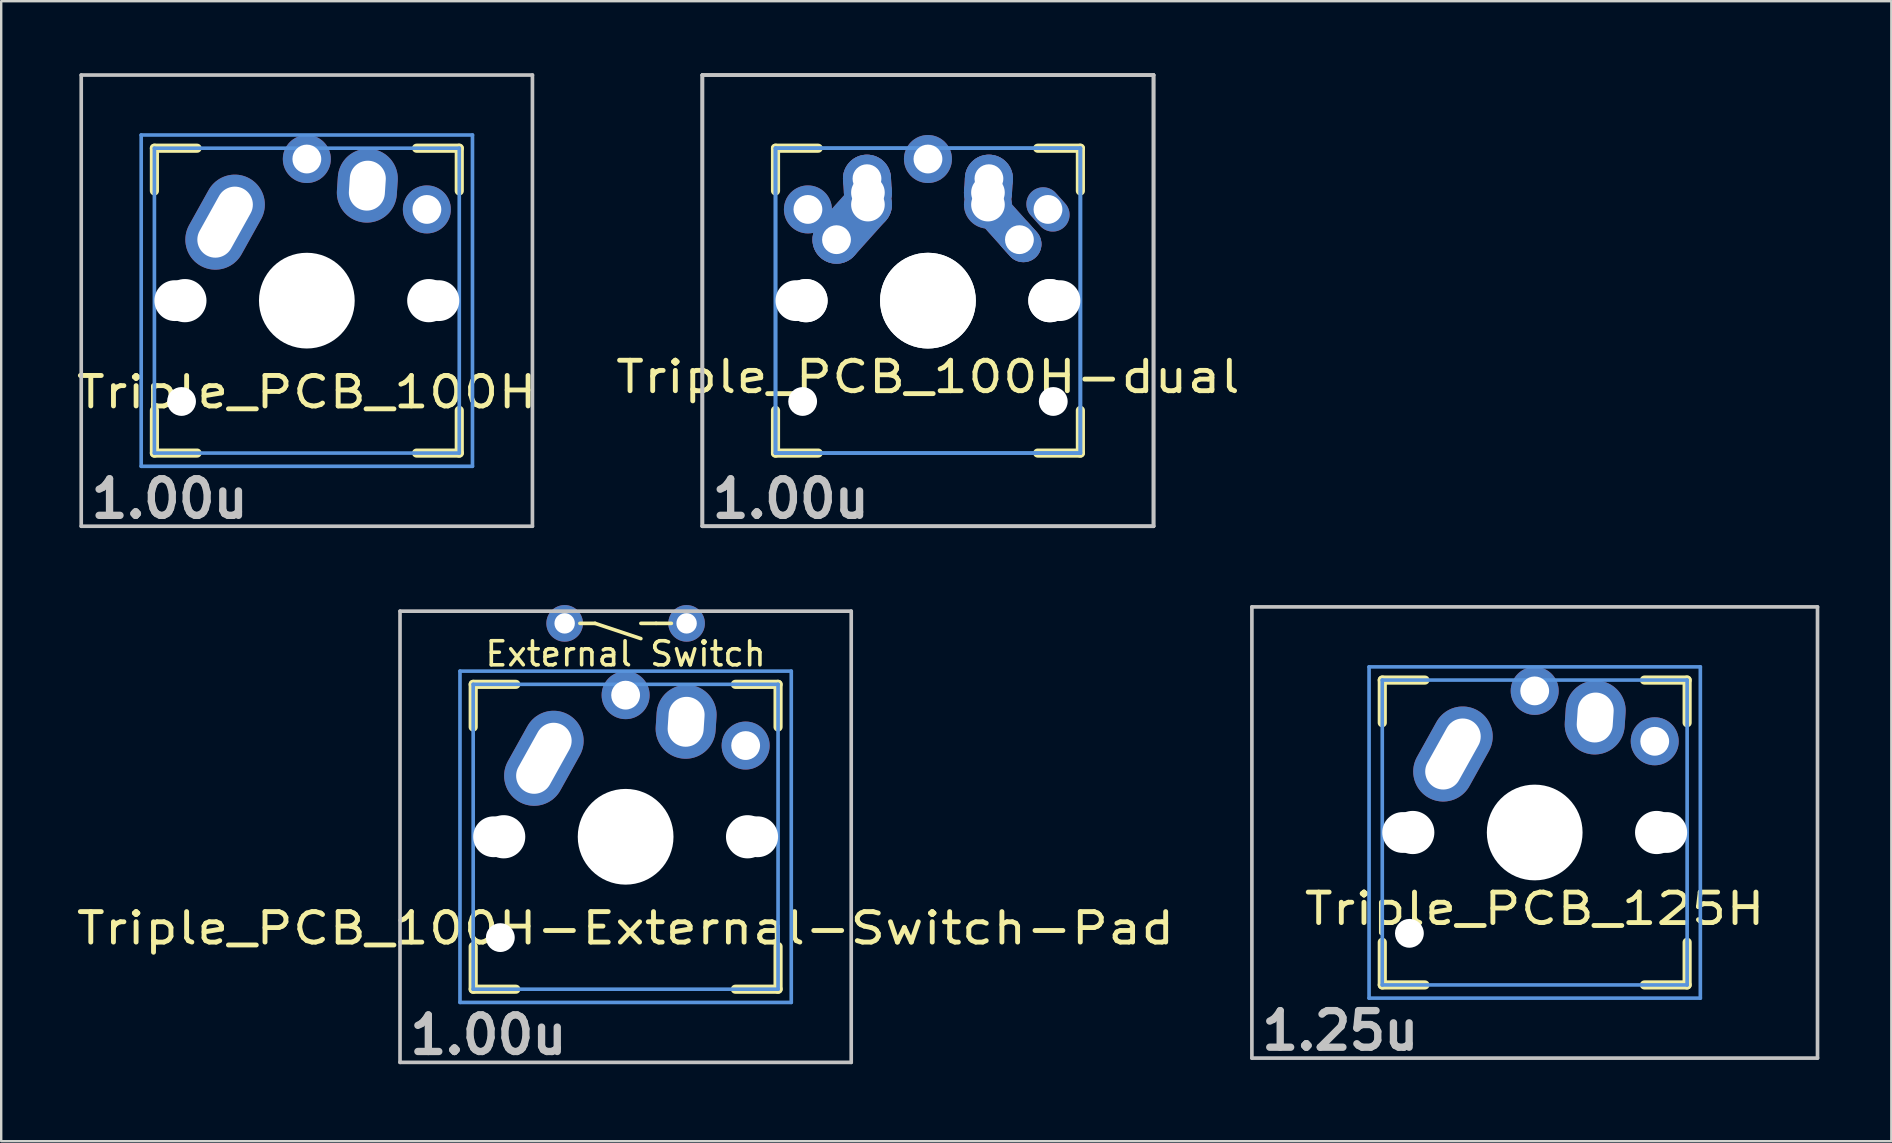
<source format=kicad_pcb>
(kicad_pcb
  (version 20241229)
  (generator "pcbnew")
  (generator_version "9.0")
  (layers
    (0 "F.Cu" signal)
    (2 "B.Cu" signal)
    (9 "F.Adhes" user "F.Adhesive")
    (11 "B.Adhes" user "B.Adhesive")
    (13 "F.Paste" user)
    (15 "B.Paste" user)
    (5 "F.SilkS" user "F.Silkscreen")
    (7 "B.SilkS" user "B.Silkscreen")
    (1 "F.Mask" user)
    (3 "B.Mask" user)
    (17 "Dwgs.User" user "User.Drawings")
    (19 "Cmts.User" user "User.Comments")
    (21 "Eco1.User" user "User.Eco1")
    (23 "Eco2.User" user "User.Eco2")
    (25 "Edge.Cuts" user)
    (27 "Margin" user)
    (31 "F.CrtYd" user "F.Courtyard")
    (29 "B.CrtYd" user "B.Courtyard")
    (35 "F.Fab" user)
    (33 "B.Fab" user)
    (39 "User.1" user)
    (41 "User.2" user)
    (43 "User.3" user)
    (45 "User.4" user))
  (footprint "Triple_PCB_125H"
    (layer "F.Cu")
    (at 60.882 31.63)
    (property "Reference" "Triple_PCB_125H" (at 0 3.175 0) (layer "F.SilkS") (effects (font (size 1.27 1.524) (thickness 0.203))))
    (attr through_hole)
    (fp_line (start -6.35 -6.35) (end -4.572 -6.35) (stroke (width 0.381) (type solid)) (layer "F.SilkS"))
    (fp_line (start -6.35 -4.572) (end -6.35 -6.35) (stroke (width 0.381) (type solid)) (layer "F.SilkS"))
    (fp_line (start -6.35 6.35) (end -6.35 4.572) (stroke (width 0.381) (type solid)) (layer "F.SilkS"))
    (fp_line (start -4.572 6.35) (end -6.35 6.35) (stroke (width 0.381) (type solid)) (layer "F.SilkS"))
    (fp_line (start 4.572 -6.35) (end 6.35 -6.35) (stroke (width 0.381) (type solid)) (layer "F.SilkS"))
    (fp_line (start 6.35 -6.35) (end 6.35 -4.572) (stroke (width 0.381) (type solid)) (layer "F.SilkS"))
    (fp_line (start 6.35 4.572) (end 6.35 6.35) (stroke (width 0.381) (type solid)) (layer "F.SilkS"))
    (fp_line (start 6.35 6.35) (end 4.572 6.35) (stroke (width 0.381) (type solid)) (layer "F.SilkS"))
    (fp_line (start -11.781 -9.398) (end 11.781 -9.398) (stroke (width 0.152) (type solid)) (layer "Dwgs.User"))
    (fp_line (start -11.781 9.398) (end -11.781 -9.398) (stroke (width 0.152) (type solid)) (layer "Dwgs.User"))
    (fp_line (start 11.781 -9.398) (end 11.781 9.398) (stroke (width 0.152) (type solid)) (layer "Dwgs.User"))
    (fp_line (start 11.781 9.398) (end -11.781 9.398) (stroke (width 0.152) (type solid)) (layer "Dwgs.User"))
    (fp_line (start -6.9 -6.9) (end 6.9 -6.9) (stroke (width 0.152) (type solid)) (layer "Cmts.User"))
    (fp_line (start -6.9 6.9) (end -6.9 -6.9) (stroke (width 0.152) (type solid)) (layer "Cmts.User"))
    (fp_line (start -6.35 -6.35) (end 6.35 -6.35) (stroke (width 0.152) (type solid)) (layer "Cmts.User"))
    (fp_line (start -6.35 6.35) (end -6.35 -6.35) (stroke (width 0.152) (type solid)) (layer "Cmts.User"))
    (fp_line (start 6.35 -6.35) (end 6.35 6.35) (stroke (width 0.152) (type solid)) (layer "Cmts.User"))
    (fp_line (start 6.35 6.35) (end -6.35 6.35) (stroke (width 0.152) (type solid)) (layer "Cmts.User"))
    (fp_line (start 6.9 -6.9) (end 6.9 6.9) (stroke (width 0.152) (type solid)) (layer "Cmts.User"))
    (fp_line (start 6.9 6.9) (end -6.9 6.9) (stroke (width 0.152) (type solid)) (layer "Cmts.User"))
    (fp_line (start -7.5 -7.5) (end 7.5 -7.5) (stroke (width 0.152) (type solid)) (layer "Eco2.User"))
    (fp_line (start -7.5 7.5) (end -7.5 -7.5) (stroke (width 0.152) (type solid)) (layer "Eco2.User"))
    (fp_line (start -6.985 -6.985) (end 6.985 -6.985) (stroke (width 0.152) (type solid)) (layer "Eco2.User"))
    (fp_line (start -6.985 6.985) (end -6.985 -6.985) (stroke (width 0.152) (type solid)) (layer "Eco2.User"))
    (fp_line (start 6.985 -6.985) (end 6.985 6.985) (stroke (width 0.152) (type solid)) (layer "Eco2.User"))
    (fp_line (start 6.985 6.985) (end -6.985 6.985) (stroke (width 0.152) (type solid)) (layer "Eco2.User"))
    (fp_line (start 7.5 -7.5) (end 7.5 7.5) (stroke (width 0.152) (type solid)) (layer "Eco2.User"))
    (fp_line (start 7.5 7.5) (end -7.5 7.5) (stroke (width 0.152) (type solid)) (layer "Eco2.User"))
    (fp_text user "1.25u" (at -8.098 8.255 0) (layer "Dwgs.User") (effects (font (size 1.524 1.524) (thickness 0.305))))
    (pad "" np_thru_hole circle (at -5.5 0) (size 1.7 1.7) (drill 1.7) (layers "*.Cu"))
    (pad "" np_thru_hole circle (at -5.22 4.2) (size 1.2 1.2) (drill 1.2) (layers "*.Cu"))
    (pad "" np_thru_hole circle (at -5.08 0) (size 1.8 1.8) (drill 1.8) (layers "*.Cu"))
    (pad "" np_thru_hole circle (at 0 0) (size 3.4 3.4) (drill 3.4) (layers "*.Cu"))
    (pad "" np_thru_hole circle (at 0 0) (size 3.988 3.988) (drill 3.988) (layers "*.Cu"))
    (pad "" np_thru_hole circle (at 5.08 0) (size 1.8 1.8) (drill 1.8) (layers "*.Cu"))
    (pad "" np_thru_hole circle (at 5.5 0) (size 1.7 1.7) (drill 1.7) (layers "*.Cu"))
    (pad "1" thru_hole oval (at -3.405 -3.27 330.9) (size 2.5 4.17) (drill oval 1.5 3.17) (layers "*.Cu" "*.Mask"))
    (pad "1" thru_hole circle (at 0 -5.9) (size 2 2) (drill 1.2) (layers "*.Cu" "*.Mask"))
    (pad "2" thru_hole oval (at 2.52 -4.79 356.1) (size 2.5 3.08) (drill oval 1.5 2.08) (layers "*.Cu" "*.Mask"))
    (pad "2" thru_hole circle (at 5 -3.8 221.9) (size 2 2) (drill 1.2) (layers "*.Cu" "*.Mask")))
  (footprint "Triple_PCB_100H"
    (layer "F.Cu")
    (at 9.732 9.474)
    (property "Reference" "Triple_PCB_100H" (at 0 3.81 0) (layer "F.SilkS") (effects (font (size 1.27 1.524) (thickness 0.203))))
    (attr through_hole)
    (fp_line (start -6.35 -6.35) (end -4.572 -6.35) (stroke (width 0.381) (type solid)) (layer "F.SilkS"))
    (fp_line (start -6.35 -4.572) (end -6.35 -6.35) (stroke (width 0.381) (type solid)) (layer "F.SilkS"))
    (fp_line (start -6.35 6.35) (end -6.35 4.572) (stroke (width 0.381) (type solid)) (layer "F.SilkS"))
    (fp_line (start -4.572 6.35) (end -6.35 6.35) (stroke (width 0.381) (type solid)) (layer "F.SilkS"))
    (fp_line (start 4.572 -6.35) (end 6.35 -6.35) (stroke (width 0.381) (type solid)) (layer "F.SilkS"))
    (fp_line (start 6.35 -6.35) (end 6.35 -4.572) (stroke (width 0.381) (type solid)) (layer "F.SilkS"))
    (fp_line (start 6.35 4.572) (end 6.35 6.35) (stroke (width 0.381) (type solid)) (layer "F.SilkS"))
    (fp_line (start 6.35 6.35) (end 4.572 6.35) (stroke (width 0.381) (type solid)) (layer "F.SilkS"))
    (fp_line (start -9.398 -9.398) (end 9.398 -9.398) (stroke (width 0.152) (type solid)) (layer "Dwgs.User"))
    (fp_line (start -9.398 9.398) (end -9.398 -9.398) (stroke (width 0.152) (type solid)) (layer "Dwgs.User"))
    (fp_line (start 9.398 -9.398) (end 9.398 9.398) (stroke (width 0.152) (type solid)) (layer "Dwgs.User"))
    (fp_line (start 9.398 9.398) (end -9.398 9.398) (stroke (width 0.152) (type solid)) (layer "Dwgs.User"))
    (fp_line (start -6.9 -6.9) (end 6.9 -6.9) (stroke (width 0.152) (type solid)) (layer "Cmts.User"))
    (fp_line (start -6.9 6.9) (end -6.9 -6.9) (stroke (width 0.152) (type solid)) (layer "Cmts.User"))
    (fp_line (start -6.35 -6.35) (end 6.35 -6.35) (stroke (width 0.152) (type solid)) (layer "Cmts.User"))
    (fp_line (start -6.35 6.35) (end -6.35 -6.35) (stroke (width 0.152) (type solid)) (layer "Cmts.User"))
    (fp_line (start 6.35 -6.35) (end 6.35 6.35) (stroke (width 0.152) (type solid)) (layer "Cmts.User"))
    (fp_line (start 6.35 6.35) (end -6.35 6.35) (stroke (width 0.152) (type solid)) (layer "Cmts.User"))
    (fp_line (start 6.9 -6.9) (end 6.9 6.9) (stroke (width 0.152) (type solid)) (layer "Cmts.User"))
    (fp_line (start 6.9 6.9) (end -6.9 6.9) (stroke (width 0.152) (type solid)) (layer "Cmts.User"))
    (fp_line (start -7.5 -7.5) (end 7.5 -7.5) (stroke (width 0.152) (type solid)) (layer "Eco2.User"))
    (fp_line (start -7.5 7.5) (end -7.5 -7.5) (stroke (width 0.152) (type solid)) (layer "Eco2.User"))
    (fp_line (start -6.985 -6.985) (end 6.985 -6.985) (stroke (width 0.152) (type solid)) (layer "Eco2.User"))
    (fp_line (start -6.985 6.985) (end -6.985 -6.985) (stroke (width 0.152) (type solid)) (layer "Eco2.User"))
    (fp_line (start 6.985 -6.985) (end 6.985 6.985) (stroke (width 0.152) (type solid)) (layer "Eco2.User"))
    (fp_line (start 6.985 6.985) (end -6.985 6.985) (stroke (width 0.152) (type solid)) (layer "Eco2.User"))
    (fp_line (start 7.5 -7.5) (end 7.5 7.5) (stroke (width 0.152) (type solid)) (layer "Eco2.User"))
    (fp_line (start 7.5 7.5) (end -7.5 7.5) (stroke (width 0.152) (type solid)) (layer "Eco2.User"))
    (fp_text user "1.00u" (at -5.715 8.255 0) (layer "Dwgs.User") (effects (font (size 1.524 1.524) (thickness 0.305))))
    (pad "" np_thru_hole circle (at -5.5 0) (size 1.7 1.7) (drill 1.7) (layers "*.Cu"))
    (pad "" np_thru_hole circle (at -5.22 4.2) (size 1.2 1.2) (drill 1.2) (layers "*.Cu"))
    (pad "" np_thru_hole circle (at -5.08 0) (size 1.8 1.8) (drill 1.8) (layers "*.Cu"))
    (pad "" np_thru_hole circle (at 0 0) (size 3.4 3.4) (drill 3.4) (layers "*.Cu"))
    (pad "" np_thru_hole circle (at 0 0) (size 3.988 3.988) (drill 3.988) (layers "*.Cu"))
    (pad "" np_thru_hole circle (at 5.08 0) (size 1.8 1.8) (drill 1.8) (layers "*.Cu"))
    (pad "" np_thru_hole circle (at 5.5 0) (size 1.7 1.7) (drill 1.7) (layers "*.Cu"))
    (pad "1" thru_hole oval (at -3.405 -3.27 330.9) (size 2.5 4.17) (drill oval 1.5 3.17) (layers "*.Cu" "*.Mask"))
    (pad "1" thru_hole circle (at 0 -5.9) (size 2 2) (drill 1.2) (layers "*.Cu" "*.Mask"))
    (pad "2" thru_hole oval (at 2.52 -4.79 356.1) (size 2.5 3.08) (drill oval 1.5 2.08) (layers "*.Cu" "*.Mask"))
    (pad "2" thru_hole circle (at 5 -3.8 221.9) (size 2 2) (drill 1.2) (layers "*.Cu" "*.Mask")))
  (footprint "Triple_PCB_100H-dual"
    (layer "F.Cu")
    (at 35.606 9.474)
    (property "Reference" "Triple_PCB_100H-dual" (at 0 3.175 0) (layer "F.SilkS") (effects (font (size 1.27 1.524) (thickness 0.203))))
    (attr through_hole)
    (fp_line (start -6.35 -6.35) (end -4.572 -6.35) (stroke (width 0.381) (type solid)) (layer "F.SilkS"))
    (fp_line (start -6.35 -4.572) (end -6.35 -6.35) (stroke (width 0.381) (type solid)) (layer "F.SilkS"))
    (fp_line (start -6.35 6.35) (end -6.35 4.572) (stroke (width 0.381) (type solid)) (layer "F.SilkS"))
    (fp_line (start -4.572 6.35) (end -6.35 6.35) (stroke (width 0.381) (type solid)) (layer "F.SilkS"))
    (fp_line (start 4.572 -6.35) (end 6.35 -6.35) (stroke (width 0.381) (type solid)) (layer "F.SilkS"))
    (fp_line (start 6.35 -6.35) (end 6.35 -4.572) (stroke (width 0.381) (type solid)) (layer "F.SilkS"))
    (fp_line (start 6.35 4.572) (end 6.35 6.35) (stroke (width 0.381) (type solid)) (layer "F.SilkS"))
    (fp_line (start 6.35 6.35) (end 4.572 6.35) (stroke (width 0.381) (type solid)) (layer "F.SilkS"))
    (fp_line (start -9.398 -9.398) (end 9.398 -9.398) (stroke (width 0.152) (type solid)) (layer "Dwgs.User"))
    (fp_line (start -9.398 -9.398) (end 9.398 -9.398) (stroke (width 0.152) (type solid)) (layer "Dwgs.User"))
    (fp_line (start -9.398 9.398) (end -9.398 -9.398) (stroke (width 0.152) (type solid)) (layer "Dwgs.User"))
    (fp_line (start -9.398 9.398) (end -9.398 -9.398) (stroke (width 0.152) (type solid)) (layer "Dwgs.User"))
    (fp_line (start 9.398 -9.398) (end 9.398 9.398) (stroke (width 0.152) (type solid)) (layer "Dwgs.User"))
    (fp_line (start 9.398 -9.398) (end 9.398 9.398) (stroke (width 0.152) (type solid)) (layer "Dwgs.User"))
    (fp_line (start 9.398 9.398) (end -9.398 9.398) (stroke (width 0.152) (type solid)) (layer "Dwgs.User"))
    (fp_line (start 9.398 9.398) (end -9.398 9.398) (stroke (width 0.152) (type solid)) (layer "Dwgs.User"))
    (fp_line (start -6.35 -6.35) (end 6.35 -6.35) (stroke (width 0.152) (type solid)) (layer "Cmts.User"))
    (fp_line (start -6.35 -6.35) (end 6.35 -6.35) (stroke (width 0.152) (type solid)) (layer "Cmts.User"))
    (fp_line (start -6.35 6.35) (end -6.35 -6.35) (stroke (width 0.152) (type solid)) (layer "Cmts.User"))
    (fp_line (start -6.35 6.35) (end -6.35 -6.35) (stroke (width 0.152) (type solid)) (layer "Cmts.User"))
    (fp_line (start 6.35 -6.35) (end 6.35 6.35) (stroke (width 0.152) (type solid)) (layer "Cmts.User"))
    (fp_line (start 6.35 -6.35) (end 6.35 6.35) (stroke (width 0.152) (type solid)) (layer "Cmts.User"))
    (fp_line (start 6.35 6.35) (end -6.35 6.35) (stroke (width 0.152) (type solid)) (layer "Cmts.User"))
    (fp_line (start 6.35 6.35) (end -6.35 6.35) (stroke (width 0.152) (type solid)) (layer "Cmts.User"))
    (fp_line (start -7.5 -7.5) (end 7.5 -7.5) (stroke (width 0.152) (type solid)) (layer "Eco2.User"))
    (fp_line (start -7.5 7.5) (end -7.5 -7.5) (stroke (width 0.152) (type solid)) (layer "Eco2.User"))
    (fp_line (start -6.985 -6.985) (end 6.985 -6.985) (stroke (width 0.152) (type solid)) (layer "Eco2.User"))
    (fp_line (start -6.985 -6.985) (end 6.985 -6.985) (stroke (width 0.152) (type solid)) (layer "Eco2.User"))
    (fp_line (start -6.985 6.985) (end -6.985 -6.985) (stroke (width 0.152) (type solid)) (layer "Eco2.User"))
    (fp_line (start -6.985 6.985) (end -6.985 -6.985) (stroke (width 0.152) (type solid)) (layer "Eco2.User"))
    (fp_line (start 6.985 -6.985) (end 6.985 6.985) (stroke (width 0.152) (type solid)) (layer "Eco2.User"))
    (fp_line (start 6.985 -6.985) (end 6.985 6.985) (stroke (width 0.152) (type solid)) (layer "Eco2.User"))
    (fp_line (start 6.985 6.985) (end -6.985 6.985) (stroke (width 0.152) (type solid)) (layer "Eco2.User"))
    (fp_line (start 6.985 6.985) (end -6.985 6.985) (stroke (width 0.152) (type solid)) (layer "Eco2.User"))
    (fp_line (start 7.5 -7.5) (end 7.5 7.5) (stroke (width 0.152) (type solid)) (layer "Eco2.User"))
    (fp_line (start 7.5 7.5) (end -7.5 7.5) (stroke (width 0.152) (type solid)) (layer "Eco2.User"))
    (fp_text user "1.00u" (at -5.715 8.255 0) (layer "Dwgs.User") (effects (font (size 1.524 1.524) (thickness 0.305))))
    (pad "" np_thru_hole circle (at -5.5 0) (size 1.7 1.7) (drill 1.7) (layers "*.Cu"))
    (pad "" np_thru_hole circle (at -5.22 4.2) (size 1.2 1.2) (drill 1.2) (layers "*.Cu"))
    (pad "" np_thru_hole circle (at -5.08 0) (size 1.8 1.8) (drill 1.8) (layers "*.Cu"))
    (pad "" np_thru_hole circle (at -5.08 0) (size 1.8 1.8) (drill 1.8) (layers "*.Cu"))
    (pad "" np_thru_hole circle (at 0 0) (size 3.988 3.988) (drill 3.988) (layers "*.Cu"))
    (pad "" np_thru_hole circle (at 0 0) (size 3.988 3.988) (drill 3.988) (layers "*.Cu"))
    (pad "" np_thru_hole circle (at 5.08 0) (size 1.8 1.8) (drill 1.8) (layers "*.Cu"))
    (pad "" np_thru_hole circle (at 5.08 0) (size 1.8 1.8) (drill 1.8) (layers "*.Cu"))
    (pad "" np_thru_hole circle (at 5.22 4.2) (size 1.2 1.2) (drill 1.2) (layers "*.Cu"))
    (pad "" np_thru_hole circle (at 5.5 0) (size 1.7 1.7) (drill 1.7) (layers "*.Cu"))
    (pad "1" thru_hole circle (at -5 -3.8 138.1) (size 2 2) (drill 1.2) (layers "*.Cu" "*.Mask"))
    (pad "1" thru_hole circle (at -3.81 -2.54) (size 2 2) (drill oval 1.2) (layers "*.Cu" "*.Mask"))
    (pad "1" smd oval (at -3.155 -3.27 138.1) (size 2 3.962) (layers "F.Cu" "F.Mask" "F.Paste"))
    (pad "1" smd oval (at -3.155 -3.27 138.1) (size 2 3.962) (layers "B.Cu" "B.Mask" "B.Paste"))
    (pad "1" thru_hole circle (at -2.54 -5.08 330.95) (size 2 2) (drill 1.2) (layers "*.Cu" "*.Mask"))
    (pad "1" smd oval (at -2.52 -4.79 3.945) (size 2 2.581) (layers "F.Cu" "F.Mask" "F.Paste"))
    (pad "1" smd oval (at -2.52 -4.79 3.945) (size 2 2.581) (layers "B.Cu" "B.Mask" "B.Paste"))
    (pad "1" thru_hole circle (at -2.5 -4.5 330.95) (size 2 2) (drill 1.4) (layers "*.Cu" "*.Mask"))
    (pad "1" thru_hole circle (at -2.5 -4 330.95) (size 2 2) (drill 1.4) (layers "*.Cu" "*.Mask"))
    (pad "1" thru_hole oval (at 5 -3.8 221.9) (size 1.4 2) (drill 1.2) (layers "*.Cu" "*.Mask"))
    (pad "2" thru_hole circle (at 0 -5.9) (size 2 2) (drill 1.2) (layers "*.Cu" "*.Mask"))
    (pad "2" thru_hole circle (at 2.5 -4.5 330.95) (size 2 2) (drill 1.4) (layers "*.Cu" "*.Mask"))
    (pad "2" thru_hole circle (at 2.5 -4) (size 2 2) (drill 1.4) (layers "*.Cu" "*.Mask"))
    (pad "2" smd oval (at 2.52 -4.79 356.055) (size 2 2.581) (layers "F.Cu" "F.Mask" "F.Paste"))
    (pad "2" smd oval (at 2.52 -4.79 356.055) (size 2 2.581) (layers "B.Cu" "B.Mask" "B.Paste"))
    (pad "2" thru_hole circle (at 2.54 -5.08 330.95) (size 2 2) (drill 1.2) (layers "*.Cu" "*.Mask"))
    (pad "2" smd oval (at 3.155 -3.27 221.9) (size 1.5 3.962) (layers "F.Cu" "F.Mask" "F.Paste"))
    (pad "2" smd oval (at 3.155 -3.27 221.9) (size 1.5 3.962) (layers "B.Cu" "B.Mask" "B.Paste"))
    (pad "2" thru_hole oval (at 3.81 -2.54 311.9) (size 2 1.5) (drill 1.2) (layers "*.Cu" "*.Mask")))
  (footprint "Triple_PCB_100H-External-Switch-Pad"
    (layer "F.Cu")
    (at 23.012 31.808)
    (property "Reference" "Triple_PCB_100H-External-Switch-Pad" (at 0 3.81 0) (layer "F.SilkS") (effects (font (size 1.27 1.524) (thickness 0.203))))
    (attr through_hole)
    (fp_line (start -6.35 -6.35) (end -4.572 -6.35) (stroke (width 0.381) (type solid)) (layer "F.SilkS"))
    (fp_line (start -6.35 -4.572) (end -6.35 -6.35) (stroke (width 0.381) (type solid)) (layer "F.SilkS"))
    (fp_line (start -6.35 6.35) (end -6.35 4.572) (stroke (width 0.381) (type solid)) (layer "F.SilkS"))
    (fp_line (start -4.572 6.35) (end -6.35 6.35) (stroke (width 0.381) (type solid)) (layer "F.SilkS"))
    (fp_line (start -1.905 -8.89) (end -1.27 -8.89) (stroke (width 0.15) (type solid)) (layer "F.SilkS"))
    (fp_line (start -1.27 -8.89) (end 0.635 -8.255) (stroke (width 0.15) (type solid)) (layer "F.SilkS"))
    (fp_line (start 1.27 -8.89) (end 0.635 -8.89) (stroke (width 0.15) (type solid)) (layer "F.SilkS"))
    (fp_line (start 1.905 -8.89) (end 1.27 -8.89) (stroke (width 0.15) (type solid)) (layer "F.SilkS"))
    (fp_line (start 4.572 -6.35) (end 6.35 -6.35) (stroke (width 0.381) (type solid)) (layer "F.SilkS"))
    (fp_line (start 6.35 -6.35) (end 6.35 -4.572) (stroke (width 0.381) (type solid)) (layer "F.SilkS"))
    (fp_line (start 6.35 4.572) (end 6.35 6.35) (stroke (width 0.381) (type solid)) (layer "F.SilkS"))
    (fp_line (start 6.35 6.35) (end 4.572 6.35) (stroke (width 0.381) (type solid)) (layer "F.SilkS"))
    (fp_line (start -9.398 -9.398) (end 9.398 -9.398) (stroke (width 0.152) (type solid)) (layer "Dwgs.User"))
    (fp_line (start -9.398 9.398) (end -9.398 -9.398) (stroke (width 0.152) (type solid)) (layer "Dwgs.User"))
    (fp_line (start 9.398 -9.398) (end 9.398 9.398) (stroke (width 0.152) (type solid)) (layer "Dwgs.User"))
    (fp_line (start 9.398 9.398) (end -9.398 9.398) (stroke (width 0.152) (type solid)) (layer "Dwgs.User"))
    (fp_line (start -6.9 -6.9) (end 6.9 -6.9) (stroke (width 0.152) (type solid)) (layer "Cmts.User"))
    (fp_line (start -6.9 6.9) (end -6.9 -6.9) (stroke (width 0.152) (type solid)) (layer "Cmts.User"))
    (fp_line (start -6.35 -6.35) (end 6.35 -6.35) (stroke (width 0.152) (type solid)) (layer "Cmts.User"))
    (fp_line (start -6.35 6.35) (end -6.35 -6.35) (stroke (width 0.152) (type solid)) (layer "Cmts.User"))
    (fp_line (start 6.35 -6.35) (end 6.35 6.35) (stroke (width 0.152) (type solid)) (layer "Cmts.User"))
    (fp_line (start 6.35 6.35) (end -6.35 6.35) (stroke (width 0.152) (type solid)) (layer "Cmts.User"))
    (fp_line (start 6.9 -6.9) (end 6.9 6.9) (stroke (width 0.152) (type solid)) (layer "Cmts.User"))
    (fp_line (start 6.9 6.9) (end -6.9 6.9) (stroke (width 0.152) (type solid)) (layer "Cmts.User"))
    (fp_line (start -7.5 -7.5) (end 7.5 -7.5) (stroke (width 0.152) (type solid)) (layer "Eco2.User"))
    (fp_line (start -7.5 7.5) (end -7.5 -7.5) (stroke (width 0.152) (type solid)) (layer "Eco2.User"))
    (fp_line (start -6.985 -6.985) (end 6.985 -6.985) (stroke (width 0.152) (type solid)) (layer "Eco2.User"))
    (fp_line (start -6.985 6.985) (end -6.985 -6.985) (stroke (width 0.152) (type solid)) (layer "Eco2.User"))
    (fp_line (start 6.985 -6.985) (end 6.985 6.985) (stroke (width 0.152) (type solid)) (layer "Eco2.User"))
    (fp_line (start 6.985 6.985) (end -6.985 6.985) (stroke (width 0.152) (type solid)) (layer "Eco2.User"))
    (fp_line (start 7.5 -7.5) (end 7.5 7.5) (stroke (width 0.152) (type solid)) (layer "Eco2.User"))
    (fp_line (start 7.5 7.5) (end -7.5 7.5) (stroke (width 0.152) (type solid)) (layer "Eco2.User"))
    (fp_text user "External Switch" (at 0 -7.62 0) (layer "F.SilkS") (effects (font (size 1 1) (thickness 0.15))))
    (fp_text user "1.00u" (at -5.715 8.255 0) (layer "Dwgs.User") (effects (font (size 1.524 1.524) (thickness 0.305))))
    (pad "" np_thru_hole circle (at -5.5 0) (size 1.7 1.7) (drill 1.7) (layers "*.Cu"))
    (pad "" np_thru_hole circle (at -5.22 4.2) (size 1.2 1.2) (drill 1.2) (layers "*.Cu"))
    (pad "" np_thru_hole circle (at -5.08 0) (size 1.8 1.8) (drill 1.8) (layers "*.Cu"))
    (pad "" np_thru_hole circle (at 0 0) (size 3.4 3.4) (drill 3.4) (layers "*.Cu"))
    (pad "" np_thru_hole circle (at 0 0) (size 3.988 3.988) (drill 3.988) (layers "*.Cu"))
    (pad "" np_thru_hole circle (at 5.08 0) (size 1.8 1.8) (drill 1.8) (layers "*.Cu"))
    (pad "" np_thru_hole circle (at 5.5 0) (size 1.7 1.7) (drill 1.7) (layers "*.Cu"))
    (pad "1" thru_hole oval (at -3.405 -3.27 330.9) (size 2.5 4.17) (drill oval 1.5 3.17) (layers "*.Cu" "*.Mask"))
    (pad "1" thru_hole circle (at -2.54 -8.89) (size 1.524 1.524) (drill 0.85) (layers "*.Cu" "*.Mask"))
    (pad "1" thru_hole circle (at 0 -5.9) (size 2 2) (drill 1.2) (layers "*.Cu" "*.Mask"))
    (pad "2" thru_hole oval (at 2.52 -4.79 356.1) (size 2.5 3.08) (drill oval 1.5 2.08) (layers "*.Cu" "*.Mask"))
    (pad "2" thru_hole circle (at 2.54 -8.89) (size 1.524 1.524) (drill 0.85) (layers "*.Cu" "*.Mask"))
    (pad "2" thru_hole circle (at 5 -3.8 221.9) (size 2 2) (drill 1.2) (layers "*.Cu" "*.Mask")))
  (gr_rect
    (start -3 -3)
    (end 75.738 44.489)
    (stroke (width 0.1) (type default))
    (fill no)
    (layer "Edge.Cuts")))
</source>
